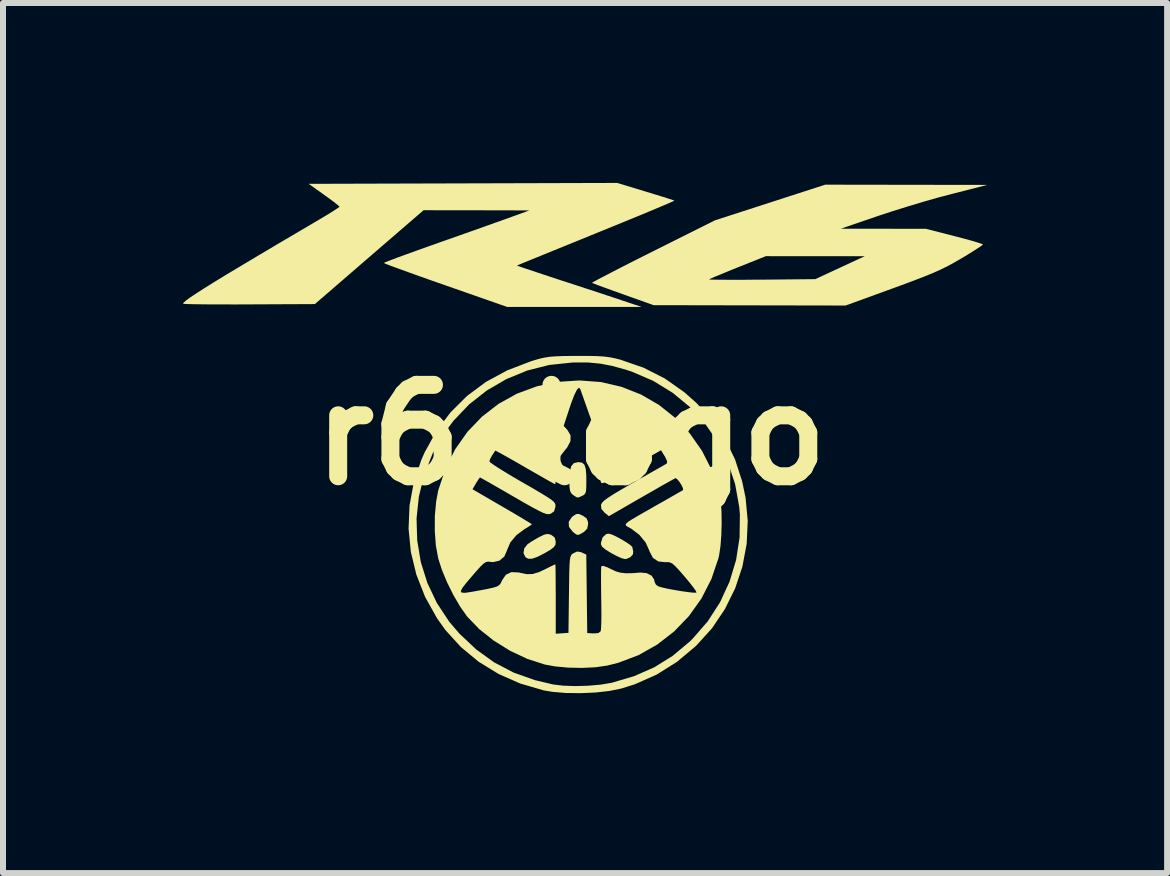
<source format=kicad_pcb>
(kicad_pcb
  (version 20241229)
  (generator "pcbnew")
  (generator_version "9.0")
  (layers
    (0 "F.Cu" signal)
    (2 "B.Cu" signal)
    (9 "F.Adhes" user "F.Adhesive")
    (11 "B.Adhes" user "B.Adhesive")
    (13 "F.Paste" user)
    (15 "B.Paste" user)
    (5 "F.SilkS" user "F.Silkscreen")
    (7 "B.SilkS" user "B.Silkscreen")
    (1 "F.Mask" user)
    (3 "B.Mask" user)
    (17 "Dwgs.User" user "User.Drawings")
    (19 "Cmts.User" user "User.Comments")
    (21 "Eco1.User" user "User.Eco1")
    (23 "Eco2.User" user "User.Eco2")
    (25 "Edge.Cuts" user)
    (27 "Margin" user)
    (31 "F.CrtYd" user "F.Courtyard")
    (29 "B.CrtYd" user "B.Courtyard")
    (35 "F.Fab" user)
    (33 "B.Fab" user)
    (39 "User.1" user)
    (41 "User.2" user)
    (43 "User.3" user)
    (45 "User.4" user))
  (footprint "r6 logo"
    (layer "F.Cu")
    (at 6.471 4.201)
    (property "Reference" "r6 logo" (at 0 0 0) (layer "F.SilkS") (effects (font (size 1.524 1.524) (thickness 0.3))))
    (attr board_only exclude_from_pos_files exclude_from_bom)
    (fp_poly (pts (xy 0.194 1.346) (xy 0.195 1.346) (xy 0.258 1.39) (xy 0.282 1.448) (xy 0.284 1.485) (xy 0.27 1.562) (xy 0.219 1.615) (xy 0.201 1.626) (xy 0.14 1.661) (xy 0.104 1.668) (xy 0.066 1.646) (xy 0.024 1.61) (xy -0.035 1.532) (xy -0.039 1.45) (xy 0.012 1.372) (xy 0.034 1.354) (xy 0.087 1.32) (xy 0.131 1.318)) (stroke (width 0) (type solid)) (fill yes) (layer "F.SilkS"))
    (fp_poly (pts (xy -0.34 1.663) (xy -0.329 1.668) (xy -0.271 1.713) (xy -0.255 1.785) (xy -0.261 1.832) (xy -0.287 1.871) (xy -0.342 1.914) (xy -0.437 1.97) (xy -0.437 1.97) (xy -0.562 2.034) (xy -0.652 2.065) (xy -0.715 2.065) (xy -0.761 2.038) (xy -0.793 1.97) (xy -0.78 1.892) (xy -0.727 1.824) (xy -0.661 1.779) (xy -0.572 1.726) (xy -0.531 1.703) (xy -0.448 1.663) (xy -0.391 1.651)) (stroke (width 0) (type solid)) (fill yes) (layer "F.SilkS"))
    (fp_poly (pts (xy 0.675 1.659) (xy 0.75 1.693) (xy 0.837 1.74) (xy 0.921 1.79) (xy 0.987 1.835) (xy 1.02 1.867) (xy 1.022 1.872) (xy 1.031 1.919) (xy 1.037 1.938) (xy 1.032 1.991) (xy 0.988 2.04) (xy 0.923 2.068) (xy 0.899 2.07) (xy 0.844 2.056) (xy 0.76 2.019) (xy 0.664 1.967) (xy 0.571 1.909) (xy 0.519 1.866) (xy 0.499 1.827) (xy 0.499 1.797) (xy 0.527 1.708) (xy 0.584 1.655) (xy 0.626 1.646)) (stroke (width 0) (type solid)) (fill yes) (layer "F.SilkS"))
    (fp_poly (pts (xy 0.184 0.463) (xy 0.223 0.497) (xy 0.245 0.565) (xy 0.254 0.676) (xy 0.255 0.753) (xy 0.254 0.868) (xy 0.249 0.939) (xy 0.235 0.98) (xy 0.209 1.004) (xy 0.183 1.017) (xy 0.13 1.041) (xy 0.099 1.043) (xy 0.061 1.02) (xy 0.035 1.003) (xy 0.002 0.973) (xy -0.017 0.931) (xy -0.026 0.863) (xy -0.028 0.754) (xy -0.028 0.751) (xy -0.021 0.612) (xy 0.003 0.521) (xy 0.047 0.471) (xy 0.116 0.454) (xy 0.124 0.454)) (stroke (width 0) (type solid)) (fill yes) (layer "F.SilkS"))
    (fp_poly (pts (xy 5.588 -4.17) (xy 6.939 -4.168) (xy 6.343 -4.016) (xy 6.123 -3.958) (xy 5.87 -3.886) (xy 5.605 -3.806) (xy 5.348 -3.726) (xy 5.123 -3.652) (xy 4.498 -3.438) (xy 5.208 -3.437) (xy 5.917 -3.436) (xy 6.393 -3.314) (xy 6.547 -3.274) (xy 6.681 -3.237) (xy 6.785 -3.206) (xy 6.85 -3.184) (xy 6.868 -3.175) (xy 6.845 -3.155) (xy 6.781 -3.112) (xy 6.686 -3.051) (xy 6.567 -2.978) (xy 6.506 -2.942) (xy 6.389 -2.874) (xy 6.277 -2.813) (xy 6.163 -2.757) (xy 6.036 -2.7) (xy 5.888 -2.64) (xy 5.71 -2.571) (xy 5.492 -2.49) (xy 5.361 -2.442) (xy 4.577 -2.157) (xy 2.977 -2.16) (xy 1.376 -2.163) (xy 0.868 -2.344) (xy 0.709 -2.401) (xy 0.569 -2.452) (xy 0.457 -2.493) (xy 0.381 -2.522) (xy 0.35 -2.535) (xy 0.35 -2.536) (xy 0.372 -2.55) (xy 0.44 -2.587) (xy 0.45 -2.593) (xy 2.3 -2.593) (xy 2.324 -2.59) (xy 2.398 -2.588) (xy 2.516 -2.587) (xy 2.67 -2.586) (xy 2.855 -2.586) (xy 3.063 -2.588) (xy 3.18 -2.588) (xy 4.073 -2.597) (xy 4.484 -2.788) (xy 4.896 -2.979) (xy 3.248 -2.98) (xy 2.78 -2.793) (xy 2.629 -2.732) (xy 2.496 -2.677) (xy 2.391 -2.634) (xy 2.323 -2.604) (xy 2.3 -2.593) (xy 0.45 -2.593) (xy 0.548 -2.644) (xy 0.691 -2.718) (xy 0.863 -2.807) (xy 1.06 -2.907) (xy 1.277 -3.016) (xy 1.369 -3.062) (xy 2.398 -3.577) (xy 4.237 -4.172)) (stroke (width 0) (type solid)) (fill yes) (layer "F.SilkS"))
    (fp_poly (pts (xy 1.241 -4.058) (xy 1.395 -4.011) (xy 1.529 -3.97) (xy 1.635 -3.936) (xy 1.702 -3.914) (xy 1.723 -3.906) (xy 1.699 -3.894) (xy 1.628 -3.862) (xy 1.514 -3.814) (xy 1.362 -3.75) (xy 1.178 -3.673) (xy 0.965 -3.586) (xy 0.729 -3.489) (xy 0.476 -3.386) (xy 0.419 -3.363) (xy 0.162 -3.258) (xy -0.079 -3.16) (xy -0.299 -3.071) (xy -0.492 -2.992) (xy -0.654 -2.926) (xy -0.779 -2.875) (xy -0.863 -2.84) (xy -0.9 -2.825) (xy -0.901 -2.824) (xy -0.877 -2.814) (xy -0.806 -2.789) (xy -0.695 -2.752) (xy -0.551 -2.704) (xy -0.38 -2.647) (xy -0.192 -2.585) (xy 0.022 -2.516) (xy 0.237 -2.445) (xy 0.443 -2.378) (xy 0.626 -2.317) (xy 0.776 -2.268) (xy 0.851 -2.242) (xy 1.178 -2.133) (xy 0.057 -2.133) (xy -1.064 -2.133) (xy -2.093 -2.493) (xy -2.322 -2.573) (xy -2.533 -2.648) (xy -2.72 -2.715) (xy -2.879 -2.773) (xy -3.002 -2.818) (xy -3.085 -2.85) (xy -3.12 -2.866) (xy -3.121 -2.867) (xy -3.096 -2.879) (xy -3.022 -2.908) (xy -2.907 -2.952) (xy -2.756 -3.007) (xy -2.574 -3.073) (xy -2.369 -3.146) (xy -2.145 -3.226) (xy -2.121 -3.234) (xy -1.885 -3.317) (xy -1.656 -3.398) (xy -1.444 -3.473) (xy -1.255 -3.541) (xy -1.097 -3.597) (xy -0.978 -3.64) (xy -0.908 -3.665) (xy -0.695 -3.743) (xy -1.577 -3.745) (xy -2.459 -3.746) (xy -3.365 -2.964) (xy -4.271 -2.181) (xy -5.371 -2.176) (xy -5.614 -2.175) (xy -5.839 -2.176) (xy -6.039 -2.176) (xy -6.208 -2.178) (xy -6.34 -2.18) (xy -6.429 -2.183) (xy -6.469 -2.187) (xy -6.471 -2.187) (xy -6.458 -2.207) (xy -6.419 -2.241) (xy -6.351 -2.291) (xy -6.252 -2.357) (xy -6.12 -2.442) (xy -5.953 -2.546) (xy -5.749 -2.671) (xy -5.505 -2.817) (xy -5.22 -2.987) (xy -4.892 -3.182) (xy -4.518 -3.402) (xy -4.194 -3.593) (xy -4.072 -3.666) (xy -3.971 -3.728) (xy -3.898 -3.776) (xy -3.862 -3.802) (xy -3.86 -3.804) (xy -3.882 -3.826) (xy -3.94 -3.873) (xy -4.027 -3.938) (xy -4.117 -4.003) (xy -4.374 -4.186) (xy 0.769 -4.201)) (stroke (width 0) (type solid)) (fill yes) (layer "F.SilkS"))
    (fp_poly (pts (xy 0.431 -1.314) (xy 0.545 -1.307) (xy 0.641 -1.295) (xy 0.733 -1.277) (xy 0.823 -1.254) (xy 1.21 -1.12) (xy 1.566 -0.939) (xy 1.893 -0.708) (xy 2.092 -0.531) (xy 2.356 -0.24) (xy 2.569 0.071) (xy 2.734 0.408) (xy 2.853 0.775) (xy 2.91 1.049) (xy 2.946 1.434) (xy 2.928 1.818) (xy 2.857 2.195) (xy 2.736 2.559) (xy 2.566 2.903) (xy 2.351 3.223) (xy 2.09 3.511) (xy 2.082 3.519) (xy 1.766 3.784) (xy 1.426 3.997) (xy 1.063 4.158) (xy 0.837 4.229) (xy 0.641 4.269) (xy 0.409 4.295) (xy 0.16 4.306) (xy -0.087 4.303) (xy -0.312 4.284) (xy -0.454 4.26) (xy -0.845 4.146) (xy -1.209 3.986) (xy -1.541 3.782) (xy -1.838 3.536) (xy -2.097 3.251) (xy -2.236 3.055) (xy -2.434 2.7) (xy -2.579 2.33) (xy -2.671 1.951) (xy -2.709 1.565) (xy -2.702 1.393) (xy -2.576 1.393) (xy -2.565 1.759) (xy -2.505 2.12) (xy -2.395 2.47) (xy -2.237 2.803) (xy -2.031 3.115) (xy -1.861 3.314) (xy -1.579 3.579) (xy -1.28 3.794) (xy -0.957 3.963) (xy -0.602 4.089) (xy -0.299 4.161) (xy -0.131 4.181) (xy 0.071 4.188) (xy 0.286 4.182) (xy 0.493 4.164) (xy 0.672 4.134) (xy 0.681 4.132) (xy 1.053 4.022) (xy 1.387 3.875) (xy 1.691 3.686) (xy 1.974 3.45) (xy 2.032 3.393) (xy 2.28 3.107) (xy 2.485 2.789) (xy 2.643 2.446) (xy 2.752 2.084) (xy 2.81 1.71) (xy 2.815 1.331) (xy 2.805 1.206) (xy 2.736 0.823) (xy 2.616 0.461) (xy 2.448 0.123) (xy 2.236 -0.186) (xy 1.984 -0.463) (xy 1.694 -0.702) (xy 1.37 -0.901) (xy 1.015 -1.054) (xy 0.908 -1.089) (xy 0.687 -1.15) (xy 0.489 -1.188) (xy 0.29 -1.207) (xy 0.066 -1.208) (xy 0.014 -1.206) (xy -0.364 -1.166) (xy -0.731 -1.073) (xy -1.079 -0.93) (xy -1.404 -0.741) (xy -1.699 -0.509) (xy -1.959 -0.237) (xy -2.118 -0.023) (xy -2.309 0.312) (xy -2.448 0.664) (xy -2.537 1.026) (xy -2.576 1.393) (xy -2.702 1.393) (xy -2.693 1.179) (xy -2.623 0.796) (xy -2.498 0.421) (xy -2.443 0.295) (xy -2.247 -0.06) (xy -2.011 -0.374) (xy -1.735 -0.649) (xy -1.42 -0.883) (xy -1.066 -1.075) (xy -0.673 -1.226) (xy -0.632 -1.239) (xy -0.534 -1.268) (xy -0.447 -1.288) (xy -0.358 -1.302) (xy -0.254 -1.31) (xy -0.123 -1.315) (xy 0.049 -1.317) (xy 0.099 -1.317) (xy 0.287 -1.317)) (stroke (width 0) (type solid)) (fill yes) (layer "F.SilkS"))
    (fp_poly (pts (xy 0.499 -0.881) (xy 0.843 -0.801) (xy 1.167 -0.673) (xy 1.467 -0.499) (xy 1.739 -0.282) (xy 1.979 -0.026) (xy 2.183 0.265) (xy 2.347 0.589) (xy 2.467 0.942) (xy 2.472 0.965) (xy 2.495 1.098) (xy 2.508 1.27) (xy 2.511 1.464) (xy 2.506 1.662) (xy 2.492 1.849) (xy 2.469 2.006) (xy 2.457 2.058) (xy 2.339 2.406) (xy 2.173 2.729) (xy 1.965 3.021) (xy 1.718 3.278) (xy 1.436 3.496) (xy 1.125 3.672) (xy 0.787 3.8) (xy 0.603 3.846) (xy 0.41 3.874) (xy 0.185 3.885) (xy -0.051 3.88) (xy -0.273 3.859) (xy -0.44 3.828) (xy -0.728 3.735) (xy -1.015 3.6) (xy -1.287 3.431) (xy -1.531 3.238) (xy -1.732 3.029) (xy -1.733 3.028) (xy -1.846 2.868) (xy -1.961 2.672) (xy -1.994 2.605) (xy -1.839 2.605) (xy -1.823 2.63) (xy -1.763 2.633) (xy -1.657 2.617) (xy -1.547 2.597) (xy -1.401 2.57) (xy -1.302 2.548) (xy -1.238 2.529) (xy -1.199 2.506) (xy -1.175 2.477) (xy -1.155 2.436) (xy -1.151 2.426) (xy -1.087 2.332) (xy -0.995 2.288) (xy -0.876 2.293) (xy -0.855 2.298) (xy -0.739 2.322) (xy -0.638 2.319) (xy -0.53 2.286) (xy -0.437 2.242) (xy -0.351 2.199) (xy -0.288 2.169) (xy -0.263 2.157) (xy -0.26 2.184) (xy -0.258 2.259) (xy -0.257 2.374) (xy -0.256 2.521) (xy -0.255 2.691) (xy -0.255 2.736) (xy -0.255 3.315) (xy -0.149 3.308) (xy -0.043 3.3) (xy -0.035 2.658) (xy -0.032 2.451) (xy -0.03 2.294) (xy -0.026 2.179) (xy -0.021 2.098) (xy -0.013 2.045) (xy -0.001 2.011) (xy 0.014 1.99) (xy 0.035 1.975) (xy 0.04 1.972) (xy 0.103 1.944) (xy 0.167 1.955) (xy 0.18 1.962) (xy 0.254 1.995) (xy 0.262 2.65) (xy 0.27 3.304) (xy 0.374 3.31) (xy 0.456 3.304) (xy 0.495 3.272) (xy 0.495 3.271) (xy 0.5 3.229) (xy 0.504 3.14) (xy 0.506 3.015) (xy 0.505 2.864) (xy 0.503 2.723) (xy 0.501 2.559) (xy 0.5 2.413) (xy 0.5 2.297) (xy 0.502 2.218) (xy 0.505 2.19) (xy 0.534 2.183) (xy 0.603 2.207) (xy 0.662 2.235) (xy 0.744 2.274) (xy 0.822 2.297) (xy 0.911 2.307) (xy 1.027 2.305) (xy 1.154 2.295) (xy 1.261 2.305) (xy 1.343 2.347) (xy 1.387 2.414) (xy 1.391 2.446) (xy 1.414 2.496) (xy 1.454 2.525) (xy 1.514 2.543) (xy 1.607 2.564) (xy 1.72 2.585) (xy 1.838 2.605) (xy 1.947 2.621) (xy 2.034 2.63) (xy 2.085 2.631) (xy 2.091 2.629) (xy 2.081 2.602) (xy 2.039 2.542) (xy 1.973 2.458) (xy 1.894 2.363) (xy 1.801 2.256) (xy 1.735 2.186) (xy 1.687 2.144) (xy 1.646 2.125) (xy 1.605 2.121) (xy 1.575 2.123) (xy 1.455 2.11) (xy 1.366 2.051) (xy 1.31 1.945) (xy 1.305 1.93) (xy 1.244 1.795) (xy 1.14 1.668) (xy 1.007 1.566) (xy 0.991 1.556) (xy 0.951 1.535) (xy 0.922 1.517) (xy 0.91 1.5) (xy 0.92 1.478) (xy 0.955 1.447) (xy 1.021 1.405) (xy 1.123 1.345) (xy 1.265 1.264) (xy 1.419 1.176) (xy 1.561 1.096) (xy 1.685 1.025) (xy 1.782 0.969) (xy 1.846 0.933) (xy 1.867 0.921) (xy 1.867 0.892) (xy 1.842 0.838) (xy 1.804 0.779) (xy 1.766 0.734) (xy 1.741 0.721) (xy 1.707 0.739) (xy 1.632 0.781) (xy 1.522 0.842) (xy 1.387 0.92) (xy 1.233 1.008) (xy 1.168 1.045) (xy 0.631 1.355) (xy 0.558 1.295) (xy 0.506 1.235) (xy 0.499 1.171) (xy 0.501 1.164) (xy 0.515 1.134) (xy 0.549 1.098) (xy 0.61 1.052) (xy 0.703 0.992) (xy 0.833 0.914) (xy 1.006 0.814) (xy 1.04 0.795) (xy 1.197 0.705) (xy 1.338 0.625) (xy 1.456 0.558) (xy 1.542 0.509) (xy 1.589 0.481) (xy 1.595 0.478) (xy 1.603 0.442) (xy 1.569 0.368) (xy 1.563 0.358) (xy 1.5 0.256) (xy 1.367 0.331) (xy 1.291 0.375) (xy 1.181 0.439) (xy 1.05 0.515) (xy 0.914 0.595) (xy 0.902 0.601) (xy 0.752 0.689) (xy 0.643 0.751) (xy 0.571 0.789) (xy 0.526 0.804) (xy 0.503 0.8) (xy 0.495 0.777) (xy 0.494 0.738) (xy 0.494 0.717) (xy 0.483 0.542) (xy 0.444 0.403) (xy 0.372 0.285) (xy 0.353 0.262) (xy 0.274 0.142) (xy 0.25 0.035) (xy 0.281 -0.061) (xy 0.307 -0.094) (xy 0.368 -0.159) (xy 0.268 -0.441) (xy 0.225 -0.563) (xy 0.188 -0.667) (xy 0.162 -0.74) (xy 0.153 -0.766) (xy 0.131 -0.787) (xy 0.097 -0.752) (xy 0.053 -0.663) (xy -0.002 -0.517) (xy -0.033 -0.424) (xy -0.123 -0.15) (xy -0.062 -0.084) (xy -0.008 0.007) (xy -0.01 0.106) (xy -0.067 0.213) (xy -0.098 0.25) (xy -0.185 0.362) (xy -0.234 0.472) (xy -0.254 0.603) (xy -0.255 0.669) (xy -0.257 0.754) (xy -0.261 0.81) (xy -0.266 0.823) (xy -0.292 0.809) (xy -0.36 0.772) (xy -0.462 0.714) (xy -0.591 0.64) (xy -0.738 0.556) (xy -0.767 0.539) (xy -0.916 0.453) (xy -1.048 0.378) (xy -1.154 0.319) (xy -1.228 0.279) (xy -1.261 0.262) (xy -1.263 0.262) (xy -1.28 0.288) (xy -1.315 0.34) (xy -1.349 0.401) (xy -1.362 0.442) (xy -1.339 0.465) (xy -1.273 0.511) (xy -1.171 0.576) (xy -1.041 0.656) (xy -0.889 0.746) (xy -0.807 0.793) (xy -0.628 0.896) (xy -0.493 0.976) (xy -0.395 1.036) (xy -0.328 1.081) (xy -0.288 1.115) (xy -0.267 1.143) (xy -0.26 1.169) (xy -0.261 1.198) (xy -0.261 1.201) (xy -0.283 1.275) (xy -0.34 1.315) (xy -0.344 1.316) (xy -0.374 1.322) (xy -0.411 1.318) (xy -0.464 1.3) (xy -0.537 1.265) (xy -0.639 1.211) (xy -0.775 1.135) (xy -0.953 1.032) (xy -0.964 1.026) (xy -1.122 0.934) (xy -1.263 0.853) (xy -1.38 0.786) (xy -1.465 0.738) (xy -1.511 0.713) (xy -1.518 0.709) (xy -1.536 0.731) (xy -1.572 0.786) (xy -1.585 0.808) (xy -1.643 0.906) (xy -1.148 1.194) (xy -0.998 1.281) (xy -0.866 1.359) (xy -0.76 1.423) (xy -0.687 1.467) (xy -0.654 1.489) (xy -0.653 1.49) (xy -0.675 1.508) (xy -0.732 1.545) (xy -0.779 1.573) (xy -0.912 1.673) (xy -1.012 1.792) (xy -1.066 1.918) (xy -1.068 1.926) (xy -1.113 2.029) (xy -1.195 2.097) (xy -1.3 2.121) (xy -1.334 2.118) (xy -1.379 2.113) (xy -1.417 2.119) (xy -1.458 2.145) (xy -1.511 2.196) (xy -1.586 2.279) (xy -1.639 2.341) (xy -1.745 2.465) (xy -1.812 2.552) (xy -1.839 2.605) (xy -1.994 2.605) (xy -2.067 2.458) (xy -2.155 2.246) (xy -2.215 2.058) (xy -2.254 1.846) (xy -2.272 1.602) (xy -2.271 1.35) (xy -2.249 1.11) (xy -2.215 0.927) (xy -2.095 0.567) (xy -1.932 0.24) (xy -1.727 -0.052) (xy -1.484 -0.305) (xy -1.208 -0.518) (xy -0.901 -0.688) (xy -0.567 -0.811) (xy -0.209 -0.885) (xy 0.139 -0.908)) (stroke (width 0) (type solid)) (fill yes) (layer "F.SilkS")))
  (gr_rect
    (start -3 -3)
    (end 16.409 11.507)
    (stroke (width 0.1) (type default))
    (fill no)
    (layer "Edge.Cuts")))
</source>
